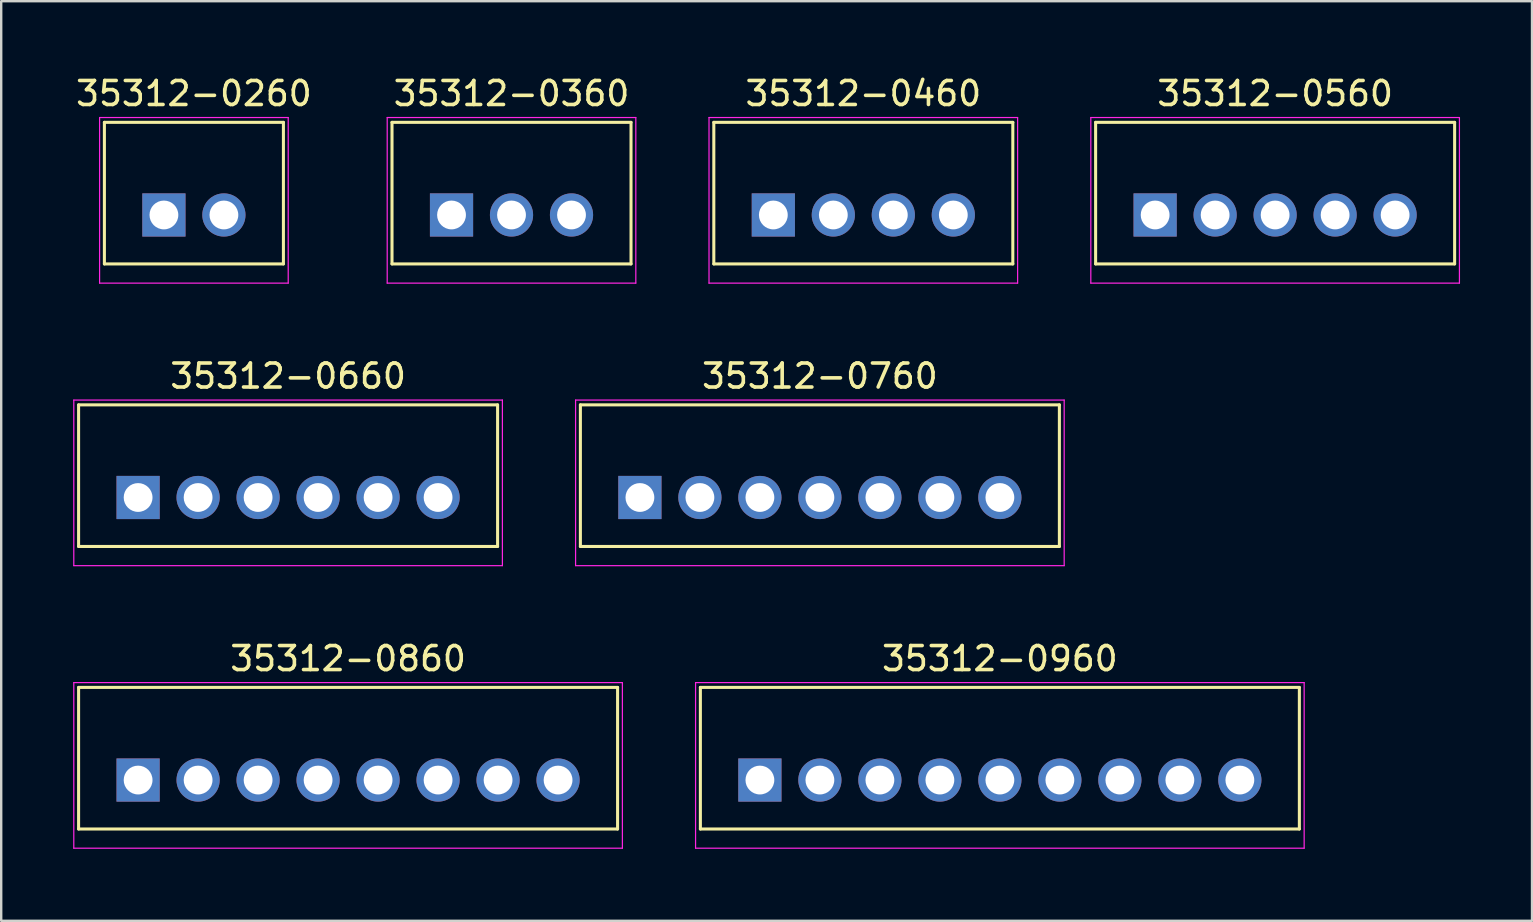
<source format=kicad_pcb>
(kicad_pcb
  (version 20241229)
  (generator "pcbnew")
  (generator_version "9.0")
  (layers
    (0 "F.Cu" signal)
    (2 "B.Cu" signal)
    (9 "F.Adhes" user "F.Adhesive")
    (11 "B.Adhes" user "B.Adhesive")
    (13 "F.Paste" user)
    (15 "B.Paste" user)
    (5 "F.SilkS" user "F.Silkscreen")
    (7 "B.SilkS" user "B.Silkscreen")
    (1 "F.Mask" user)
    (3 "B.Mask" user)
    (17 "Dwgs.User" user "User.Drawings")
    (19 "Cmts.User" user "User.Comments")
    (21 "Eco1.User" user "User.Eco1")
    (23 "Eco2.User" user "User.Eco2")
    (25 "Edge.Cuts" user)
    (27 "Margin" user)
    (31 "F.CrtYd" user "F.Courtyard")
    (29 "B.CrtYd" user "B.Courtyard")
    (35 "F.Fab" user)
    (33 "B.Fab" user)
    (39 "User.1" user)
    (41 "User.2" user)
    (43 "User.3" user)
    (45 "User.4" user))
  (footprint "35312-0360"
    (layer "F.Cu")
    (at 15.765 5.908)
    (property "Reference" "35312-0360" (at 2.5 -5.06 0) (layer "F.SilkS") (effects (font (size 1 1) (thickness 0.15))))
    (attr through_hole)
    (fp_line (start -2.48 -3.86) (end -2.48 2.04) (stroke (width 0.127) (type solid)) (layer "F.SilkS"))
    (fp_line (start -2.48 2.04) (end 7.48 2.04) (stroke (width 0.127) (type solid)) (layer "F.SilkS"))
    (fp_line (start 7.48 -3.86) (end -2.48 -3.86) (stroke (width 0.127) (type solid)) (layer "F.SilkS"))
    (fp_line (start 7.48 2.04) (end 7.48 -3.86) (stroke (width 0.127) (type solid)) (layer "F.SilkS"))
    (fp_line (start -2.68 -4.06) (end -2.68 2.84) (stroke (width 0.05) (type solid)) (layer "F.CrtYd"))
    (fp_line (start -2.68 2.84) (end 7.68 2.84) (stroke (width 0.05) (type solid)) (layer "F.CrtYd"))
    (fp_line (start 7.68 -4.06) (end -2.68 -4.06) (stroke (width 0.05) (type solid)) (layer "F.CrtYd"))
    (fp_line (start 7.68 2.84) (end 7.68 -4.06) (stroke (width 0.05) (type solid)) (layer "F.CrtYd"))
    (pad "1" thru_hole rect (at 0 0) (size 1.8 1.8) (drill 1.2) (layers "*.Cu" "*.Mask"))
    (pad "2" thru_hole oval (at 2.5 0) (size 1.8 1.8) (drill 1.2) (layers "*.Cu" "*.Mask"))
    (pad "3" thru_hole oval (at 5 0) (size 1.8 1.8) (drill 1.2) (layers "*.Cu" "*.Mask")))
  (footprint "35312-0660"
    (layer "F.Cu")
    (at 2.705 17.681)
    (property "Reference" "35312-0660" (at 6.25 -5.06 0) (layer "F.SilkS") (effects (font (size 1 1) (thickness 0.15))))
    (attr through_hole)
    (fp_line (start -2.48 -3.86) (end -2.48 2.04) (stroke (width 0.127) (type solid)) (layer "F.SilkS"))
    (fp_line (start -2.48 2.04) (end 14.98 2.04) (stroke (width 0.127) (type solid)) (layer "F.SilkS"))
    (fp_line (start 14.98 -3.86) (end -2.48 -3.86) (stroke (width 0.127) (type solid)) (layer "F.SilkS"))
    (fp_line (start 14.98 2.04) (end 14.98 -3.86) (stroke (width 0.127) (type solid)) (layer "F.SilkS"))
    (fp_line (start -2.68 -4.06) (end -2.68 2.84) (stroke (width 0.05) (type solid)) (layer "F.CrtYd"))
    (fp_line (start -2.68 2.84) (end 15.18 2.84) (stroke (width 0.05) (type solid)) (layer "F.CrtYd"))
    (fp_line (start 15.18 -4.06) (end -2.68 -4.06) (stroke (width 0.05) (type solid)) (layer "F.CrtYd"))
    (fp_line (start 15.18 2.84) (end 15.18 -4.06) (stroke (width 0.05) (type solid)) (layer "F.CrtYd"))
    (pad "1" thru_hole rect (at 0 0) (size 1.8 1.8) (drill 1.2) (layers "*.Cu" "*.Mask"))
    (pad "2" thru_hole oval (at 2.5 0) (size 1.8 1.8) (drill 1.2) (layers "*.Cu" "*.Mask"))
    (pad "3" thru_hole oval (at 5 0) (size 1.8 1.8) (drill 1.2) (layers "*.Cu" "*.Mask"))
    (pad "4" thru_hole oval (at 7.5 0) (size 1.8 1.8) (drill 1.2) (layers "*.Cu" "*.Mask"))
    (pad "5" thru_hole oval (at 10 0) (size 1.8 1.8) (drill 1.2) (layers "*.Cu" "*.Mask"))
    (pad "6" thru_hole oval (at 12.5 0) (size 1.8 1.8) (drill 1.2) (layers "*.Cu" "*.Mask")))
  (footprint "35312-0760"
    (layer "F.Cu")
    (at 23.615 17.681)
    (property "Reference" "35312-0760" (at 7.5 -5.06 0) (layer "F.SilkS") (effects (font (size 1 1) (thickness 0.15))))
    (attr through_hole)
    (fp_line (start -2.48 -3.86) (end -2.48 2.04) (stroke (width 0.127) (type solid)) (layer "F.SilkS"))
    (fp_line (start -2.48 2.04) (end 17.48 2.04) (stroke (width 0.127) (type solid)) (layer "F.SilkS"))
    (fp_line (start 17.48 -3.86) (end -2.48 -3.86) (stroke (width 0.127) (type solid)) (layer "F.SilkS"))
    (fp_line (start 17.48 2.04) (end 17.48 -3.86) (stroke (width 0.127) (type solid)) (layer "F.SilkS"))
    (fp_line (start -2.68 -4.06) (end -2.68 2.84) (stroke (width 0.05) (type solid)) (layer "F.CrtYd"))
    (fp_line (start -2.68 2.84) (end 17.68 2.84) (stroke (width 0.05) (type solid)) (layer "F.CrtYd"))
    (fp_line (start 17.68 -4.06) (end -2.68 -4.06) (stroke (width 0.05) (type solid)) (layer "F.CrtYd"))
    (fp_line (start 17.68 2.84) (end 17.68 -4.06) (stroke (width 0.05) (type solid)) (layer "F.CrtYd"))
    (pad "1" thru_hole rect (at 0 0) (size 1.8 1.8) (drill 1.2) (layers "*.Cu" "*.Mask"))
    (pad "2" thru_hole oval (at 2.5 0) (size 1.8 1.8) (drill 1.2) (layers "*.Cu" "*.Mask"))
    (pad "3" thru_hole oval (at 5 0) (size 1.8 1.8) (drill 1.2) (layers "*.Cu" "*.Mask"))
    (pad "4" thru_hole oval (at 7.5 0) (size 1.8 1.8) (drill 1.2) (layers "*.Cu" "*.Mask"))
    (pad "5" thru_hole oval (at 10 0) (size 1.8 1.8) (drill 1.2) (layers "*.Cu" "*.Mask"))
    (pad "6" thru_hole oval (at 12.5 0) (size 1.8 1.8) (drill 1.2) (layers "*.Cu" "*.Mask"))
    (pad "7" thru_hole oval (at 15 0) (size 1.8 1.8) (drill 1.2) (layers "*.Cu" "*.Mask")))
  (footprint "35312-0460"
    (layer "F.Cu")
    (at 29.175 5.908)
    (property "Reference" "35312-0460" (at 3.75 -5.06 0) (layer "F.SilkS") (effects (font (size 1 1) (thickness 0.15))))
    (attr through_hole)
    (fp_line (start -2.48 -3.86) (end -2.48 2.04) (stroke (width 0.127) (type solid)) (layer "F.SilkS"))
    (fp_line (start -2.48 2.04) (end 9.98 2.04) (stroke (width 0.127) (type solid)) (layer "F.SilkS"))
    (fp_line (start 9.98 -3.86) (end -2.48 -3.86) (stroke (width 0.127) (type solid)) (layer "F.SilkS"))
    (fp_line (start 9.98 2.04) (end 9.98 -3.86) (stroke (width 0.127) (type solid)) (layer "F.SilkS"))
    (fp_line (start -2.68 -4.06) (end -2.68 2.84) (stroke (width 0.05) (type solid)) (layer "F.CrtYd"))
    (fp_line (start -2.68 2.84) (end 10.18 2.84) (stroke (width 0.05) (type solid)) (layer "F.CrtYd"))
    (fp_line (start 10.18 -4.06) (end -2.68 -4.06) (stroke (width 0.05) (type solid)) (layer "F.CrtYd"))
    (fp_line (start 10.18 2.84) (end 10.18 -4.06) (stroke (width 0.05) (type solid)) (layer "F.CrtYd"))
    (pad "1" thru_hole rect (at 0 0) (size 1.8 1.8) (drill 1.2) (layers "*.Cu" "*.Mask"))
    (pad "2" thru_hole oval (at 2.5 0) (size 1.8 1.8) (drill 1.2) (layers "*.Cu" "*.Mask"))
    (pad "3" thru_hole oval (at 5 0) (size 1.8 1.8) (drill 1.2) (layers "*.Cu" "*.Mask"))
    (pad "4" thru_hole oval (at 7.5 0) (size 1.8 1.8) (drill 1.2) (layers "*.Cu" "*.Mask")))
  (footprint "35312-0260"
    (layer "F.Cu")
    (at 3.78 5.908)
    (property "Reference" "35312-0260" (at 1.25 -5.06 0) (layer "F.SilkS") (effects (font (size 1 1) (thickness 0.15))))
    (attr through_hole)
    (fp_line (start -2.48 -3.86) (end -2.48 2.04) (stroke (width 0.127) (type solid)) (layer "F.SilkS"))
    (fp_line (start -2.48 2.04) (end 4.98 2.04) (stroke (width 0.127) (type solid)) (layer "F.SilkS"))
    (fp_line (start 4.98 -3.86) (end -2.48 -3.86) (stroke (width 0.127) (type solid)) (layer "F.SilkS"))
    (fp_line (start 4.98 2.04) (end 4.98 -3.86) (stroke (width 0.127) (type solid)) (layer "F.SilkS"))
    (fp_line (start -2.68 -4.06) (end -2.68 2.84) (stroke (width 0.05) (type solid)) (layer "F.CrtYd"))
    (fp_line (start -2.68 2.84) (end 5.18 2.84) (stroke (width 0.05) (type solid)) (layer "F.CrtYd"))
    (fp_line (start 5.18 -4.06) (end -2.68 -4.06) (stroke (width 0.05) (type solid)) (layer "F.CrtYd"))
    (fp_line (start 5.18 2.84) (end 5.18 -4.06) (stroke (width 0.05) (type solid)) (layer "F.CrtYd"))
    (pad "1" thru_hole rect (at 0 0) (size 1.8 1.8) (drill 1.2) (layers "*.Cu" "*.Mask"))
    (pad "2" thru_hole oval (at 2.5 0) (size 1.8 1.8) (drill 1.2) (layers "*.Cu" "*.Mask")))
  (footprint "35312-0860"
    (layer "F.Cu")
    (at 2.705 29.455)
    (property "Reference" "35312-0860" (at 8.75 -5.06 0) (layer "F.SilkS") (effects (font (size 1 1) (thickness 0.15))))
    (attr through_hole)
    (fp_line (start -2.48 -3.86) (end -2.48 2.04) (stroke (width 0.127) (type solid)) (layer "F.SilkS"))
    (fp_line (start -2.48 2.04) (end 19.98 2.04) (stroke (width 0.127) (type solid)) (layer "F.SilkS"))
    (fp_line (start 19.98 -3.86) (end -2.48 -3.86) (stroke (width 0.127) (type solid)) (layer "F.SilkS"))
    (fp_line (start 19.98 2.04) (end 19.98 -3.86) (stroke (width 0.127) (type solid)) (layer "F.SilkS"))
    (fp_line (start -2.68 -4.06) (end -2.68 2.84) (stroke (width 0.05) (type solid)) (layer "F.CrtYd"))
    (fp_line (start -2.68 2.84) (end 20.18 2.84) (stroke (width 0.05) (type solid)) (layer "F.CrtYd"))
    (fp_line (start 20.18 -4.06) (end -2.68 -4.06) (stroke (width 0.05) (type solid)) (layer "F.CrtYd"))
    (fp_line (start 20.18 2.84) (end 20.18 -4.06) (stroke (width 0.05) (type solid)) (layer "F.CrtYd"))
    (pad "1" thru_hole rect (at 0 0) (size 1.8 1.8) (drill 1.2) (layers "*.Cu" "*.Mask"))
    (pad "2" thru_hole oval (at 2.5 0) (size 1.8 1.8) (drill 1.2) (layers "*.Cu" "*.Mask"))
    (pad "3" thru_hole oval (at 5 0) (size 1.8 1.8) (drill 1.2) (layers "*.Cu" "*.Mask"))
    (pad "4" thru_hole oval (at 7.5 0) (size 1.8 1.8) (drill 1.2) (layers "*.Cu" "*.Mask"))
    (pad "5" thru_hole oval (at 10 0) (size 1.8 1.8) (drill 1.2) (layers "*.Cu" "*.Mask"))
    (pad "6" thru_hole oval (at 12.5 0) (size 1.8 1.8) (drill 1.2) (layers "*.Cu" "*.Mask"))
    (pad "7" thru_hole oval (at 15 0) (size 1.8 1.8) (drill 1.2) (layers "*.Cu" "*.Mask"))
    (pad "8" thru_hole oval (at 17.5 0) (size 1.8 1.8) (drill 1.2) (layers "*.Cu" "*.Mask")))
  (footprint "35312-0960"
    (layer "F.Cu")
    (at 28.615 29.455)
    (property "Reference" "35312-0960" (at 10 -5.06 0) (layer "F.SilkS") (effects (font (size 1 1) (thickness 0.15))))
    (attr through_hole)
    (fp_line (start -2.48 -3.86) (end -2.48 2.04) (stroke (width 0.127) (type solid)) (layer "F.SilkS"))
    (fp_line (start -2.48 2.04) (end 22.48 2.04) (stroke (width 0.127) (type solid)) (layer "F.SilkS"))
    (fp_line (start 22.48 -3.86) (end -2.48 -3.86) (stroke (width 0.127) (type solid)) (layer "F.SilkS"))
    (fp_line (start 22.48 2.04) (end 22.48 -3.86) (stroke (width 0.127) (type solid)) (layer "F.SilkS"))
    (fp_line (start -2.68 -4.06) (end -2.68 2.84) (stroke (width 0.05) (type solid)) (layer "F.CrtYd"))
    (fp_line (start -2.68 2.84) (end 22.68 2.84) (stroke (width 0.05) (type solid)) (layer "F.CrtYd"))
    (fp_line (start 22.68 -4.06) (end -2.68 -4.06) (stroke (width 0.05) (type solid)) (layer "F.CrtYd"))
    (fp_line (start 22.68 2.84) (end 22.68 -4.06) (stroke (width 0.05) (type solid)) (layer "F.CrtYd"))
    (pad "1" thru_hole rect (at 0 0) (size 1.8 1.8) (drill 1.2) (layers "*.Cu" "*.Mask"))
    (pad "2" thru_hole oval (at 2.5 0) (size 1.8 1.8) (drill 1.2) (layers "*.Cu" "*.Mask"))
    (pad "3" thru_hole oval (at 5 0) (size 1.8 1.8) (drill 1.2) (layers "*.Cu" "*.Mask"))
    (pad "4" thru_hole oval (at 7.5 0) (size 1.8 1.8) (drill 1.2) (layers "*.Cu" "*.Mask"))
    (pad "5" thru_hole oval (at 10 0) (size 1.8 1.8) (drill 1.2) (layers "*.Cu" "*.Mask"))
    (pad "6" thru_hole oval (at 12.5 0) (size 1.8 1.8) (drill 1.2) (layers "*.Cu" "*.Mask"))
    (pad "7" thru_hole oval (at 15 0) (size 1.8 1.8) (drill 1.2) (layers "*.Cu" "*.Mask"))
    (pad "8" thru_hole oval (at 17.5 0) (size 1.8 1.8) (drill 1.2) (layers "*.Cu" "*.Mask"))
    (pad "9" thru_hole oval (at 20 0) (size 1.8 1.8) (drill 1.2) (layers "*.Cu" "*.Mask")))
  (footprint "35312-0560"
    (layer "F.Cu")
    (at 45.085 5.908)
    (property "Reference" "35312-0560" (at 5 -5.06 0) (layer "F.SilkS") (effects (font (size 1 1) (thickness 0.15))))
    (attr through_hole)
    (fp_line (start -2.48 -3.86) (end -2.48 2.04) (stroke (width 0.127) (type solid)) (layer "F.SilkS"))
    (fp_line (start -2.48 2.04) (end 12.48 2.04) (stroke (width 0.127) (type solid)) (layer "F.SilkS"))
    (fp_line (start 12.48 -3.86) (end -2.48 -3.86) (stroke (width 0.127) (type solid)) (layer "F.SilkS"))
    (fp_line (start 12.48 2.04) (end 12.48 -3.86) (stroke (width 0.127) (type solid)) (layer "F.SilkS"))
    (fp_line (start -2.68 -4.06) (end -2.68 2.84) (stroke (width 0.05) (type solid)) (layer "F.CrtYd"))
    (fp_line (start -2.68 2.84) (end 12.68 2.84) (stroke (width 0.05) (type solid)) (layer "F.CrtYd"))
    (fp_line (start 12.68 -4.06) (end -2.68 -4.06) (stroke (width 0.05) (type solid)) (layer "F.CrtYd"))
    (fp_line (start 12.68 2.84) (end 12.68 -4.06) (stroke (width 0.05) (type solid)) (layer "F.CrtYd"))
    (pad "1" thru_hole rect (at 0 0) (size 1.8 1.8) (drill 1.2) (layers "*.Cu" "*.Mask"))
    (pad "2" thru_hole oval (at 2.5 0) (size 1.8 1.8) (drill 1.2) (layers "*.Cu" "*.Mask"))
    (pad "3" thru_hole oval (at 5 0) (size 1.8 1.8) (drill 1.2) (layers "*.Cu" "*.Mask"))
    (pad "4" thru_hole oval (at 7.5 0) (size 1.8 1.8) (drill 1.2) (layers "*.Cu" "*.Mask"))
    (pad "5" thru_hole oval (at 10 0) (size 1.8 1.8) (drill 1.2) (layers "*.Cu" "*.Mask")))
  (gr_rect
    (start -3 -3)
    (end 60.79 35.32)
    (stroke (width 0.1) (type default))
    (fill no)
    (layer "Edge.Cuts")))
</source>
